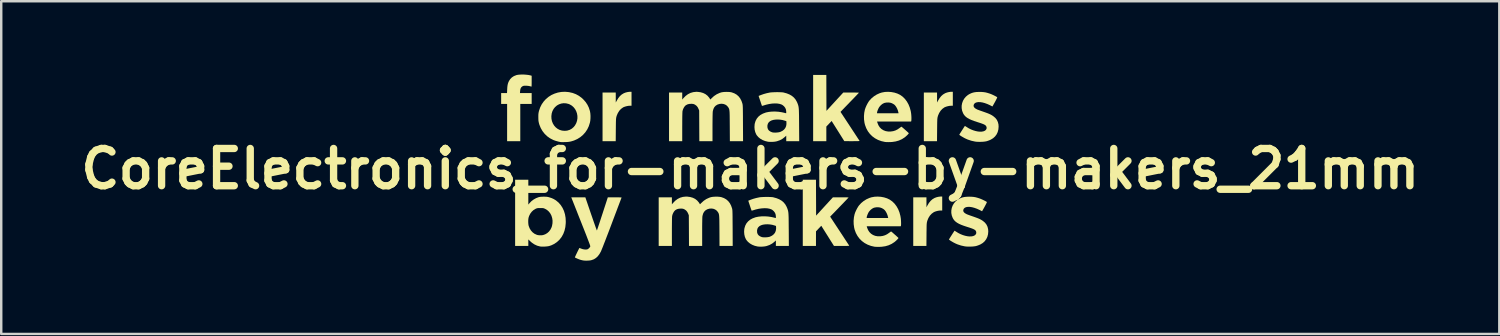
<source format=kicad_pcb>
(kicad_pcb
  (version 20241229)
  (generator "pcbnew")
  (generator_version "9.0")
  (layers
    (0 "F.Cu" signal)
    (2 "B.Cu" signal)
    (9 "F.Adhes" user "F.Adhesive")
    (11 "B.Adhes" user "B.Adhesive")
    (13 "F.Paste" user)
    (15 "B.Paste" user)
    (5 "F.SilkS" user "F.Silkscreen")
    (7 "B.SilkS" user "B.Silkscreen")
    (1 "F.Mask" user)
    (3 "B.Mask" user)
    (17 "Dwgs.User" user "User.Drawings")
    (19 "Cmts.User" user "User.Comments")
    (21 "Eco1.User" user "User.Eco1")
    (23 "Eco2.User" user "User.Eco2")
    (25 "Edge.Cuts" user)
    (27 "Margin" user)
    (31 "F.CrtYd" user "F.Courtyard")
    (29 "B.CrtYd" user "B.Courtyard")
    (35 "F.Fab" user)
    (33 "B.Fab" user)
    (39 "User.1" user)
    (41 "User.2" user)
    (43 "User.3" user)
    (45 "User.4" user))
  (footprint "CoreElectronics_for-makers-by-makers_21mm"
    (layer "F.Cu")
    (at 27.657 3.861)
    (property "Reference" "CoreElectronics_for-makers-by-makers_21mm" (at 0 0 0) (layer "F.SilkS") (effects (font (size 1.524 1.524) (thickness 0.3))))
    (attr through_hole)
    (fp_poly (pts (xy -4.86 -2.583) (xy -4.927 -2.583) (xy -4.99 -2.579) (xy -5.059 -2.566) (xy -5.128 -2.547) (xy -5.187 -2.524) (xy -5.208 -2.513) (xy -5.292 -2.452) (xy -5.363 -2.375) (xy -5.421 -2.282) (xy -5.466 -2.177) (xy -5.476 -2.142) (xy -5.482 -2.121) (xy -5.486 -2.1) (xy -5.49 -2.077) (xy -5.493 -2.05) (xy -5.496 -2.016) (xy -5.497 -1.974) (xy -5.499 -1.92) (xy -5.5 -1.854) (xy -5.501 -1.772) (xy -5.502 -1.673) (xy -5.503 -1.596) (xy -5.507 -1.133) (xy -6.046 -1.133) (xy -6.046 -3.123) (xy -5.506 -3.123) (xy -5.505 -2.92) (xy -5.505 -2.716) (xy -5.465 -2.79) (xy -5.403 -2.893) (xy -5.336 -2.977) (xy -5.262 -3.043) (xy -5.179 -3.093) (xy -5.171 -3.097) (xy -5.1 -3.124) (xy -5.019 -3.144) (xy -4.941 -3.154) (xy -4.915 -3.155) (xy -4.86 -3.155) (xy -4.86 -2.583)) (stroke (width 0) (type solid)) (fill yes) (layer "F.SilkS"))
    (fp_poly (pts (xy 7.856 1.705) (xy 7.789 1.705) (xy 7.726 1.709) (xy 7.656 1.722) (xy 7.588 1.741) (xy 7.529 1.764) (xy 7.508 1.775) (xy 7.424 1.836) (xy 7.353 1.913) (xy 7.294 2.006) (xy 7.25 2.111) (xy 7.24 2.146) (xy 7.234 2.167) (xy 7.23 2.188) (xy 7.226 2.211) (xy 7.223 2.238) (xy 7.22 2.272) (xy 7.218 2.314) (xy 7.217 2.368) (xy 7.216 2.434) (xy 7.215 2.516) (xy 7.213 2.615) (xy 7.213 2.692) (xy 7.209 3.155) (xy 6.67 3.155) (xy 6.67 1.165) (xy 7.21 1.165) (xy 7.211 1.368) (xy 7.211 1.572) (xy 7.25 1.498) (xy 7.312 1.395) (xy 7.38 1.311) (xy 7.454 1.245) (xy 7.537 1.195) (xy 7.545 1.191) (xy 7.616 1.164) (xy 7.696 1.144) (xy 7.775 1.134) (xy 7.801 1.133) (xy 7.856 1.133) (xy 7.856 1.705)) (stroke (width 0) (type solid)) (fill yes) (layer "F.SilkS"))
    (fp_poly (pts (xy 8.29 -2.583) (xy 8.223 -2.583) (xy 8.16 -2.579) (xy 8.091 -2.566) (xy 8.022 -2.547) (xy 7.963 -2.524) (xy 7.942 -2.513) (xy 7.858 -2.452) (xy 7.787 -2.375) (xy 7.729 -2.282) (xy 7.684 -2.177) (xy 7.674 -2.142) (xy 7.668 -2.121) (xy 7.664 -2.1) (xy 7.66 -2.077) (xy 7.657 -2.05) (xy 7.654 -2.016) (xy 7.653 -1.974) (xy 7.651 -1.92) (xy 7.65 -1.854) (xy 7.649 -1.772) (xy 7.648 -1.673) (xy 7.647 -1.596) (xy 7.643 -1.133) (xy 7.104 -1.133) (xy 7.104 -3.123) (xy 7.644 -3.123) (xy 7.645 -2.92) (xy 7.645 -2.716) (xy 7.685 -2.79) (xy 7.747 -2.893) (xy 7.814 -2.977) (xy 7.888 -3.043) (xy 7.971 -3.093) (xy 7.979 -3.097) (xy 8.05 -3.124) (xy 8.131 -3.144) (xy 8.209 -3.154) (xy 8.235 -3.155) (xy 8.29 -3.155) (xy 8.29 -2.583)) (stroke (width 0) (type solid)) (fill yes) (layer "F.SilkS"))
    (fp_poly (pts (xy -9.248 -3.859) (xy -9.159 -3.852) (xy -9.076 -3.842) (xy -9.004 -3.827) (xy -8.981 -3.821) (xy -8.947 -3.81) (xy -8.947 -3.588) (xy -8.947 -3.523) (xy -8.948 -3.464) (xy -8.949 -3.417) (xy -8.951 -3.384) (xy -8.952 -3.368) (xy -8.953 -3.367) (xy -8.966 -3.369) (xy -8.993 -3.376) (xy -9.025 -3.384) (xy -9.067 -3.393) (xy -9.12 -3.399) (xy -9.174 -3.403) (xy -9.185 -3.403) (xy -9.234 -3.403) (xy -9.268 -3.4) (xy -9.294 -3.393) (xy -9.318 -3.382) (xy -9.324 -3.379) (xy -9.365 -3.347) (xy -9.394 -3.305) (xy -9.412 -3.249) (xy -9.42 -3.186) (xy -9.426 -3.102) (xy -8.947 -3.102) (xy -8.947 -2.658) (xy -9.413 -2.658) (xy -9.413 -1.133) (xy -9.952 -1.133) (xy -9.952 -2.658) (xy -10.196 -2.658) (xy -10.196 -3.102) (xy -9.956 -3.102) (xy -9.949 -3.253) (xy -9.944 -3.342) (xy -9.935 -3.416) (xy -9.922 -3.478) (xy -9.903 -3.535) (xy -9.877 -3.592) (xy -9.877 -3.593) (xy -9.824 -3.675) (xy -9.756 -3.743) (xy -9.673 -3.797) (xy -9.574 -3.836) (xy -9.561 -3.84) (xy -9.5 -3.851) (xy -9.424 -3.858) (xy -9.339 -3.861) (xy -9.248 -3.859)) (stroke (width 0) (type solid)) (fill yes) (layer "F.SilkS"))
    (fp_poly (pts (xy 2.692 1.179) (xy 2.695 1.914) (xy 3.038 1.539) (xy 3.382 1.165) (xy 3.703 1.165) (xy 3.783 1.165) (xy 3.855 1.165) (xy 3.918 1.166) (xy 3.969 1.167) (xy 4.004 1.169) (xy 4.022 1.17) (xy 4.023 1.171) (xy 4.016 1.18) (xy 3.996 1.202) (xy 3.964 1.236) (xy 3.921 1.281) (xy 3.87 1.334) (xy 3.812 1.395) (xy 3.748 1.461) (xy 3.709 1.502) (xy 3.64 1.573) (xy 3.572 1.643) (xy 3.51 1.708) (xy 3.453 1.766) (xy 3.404 1.817) (xy 3.366 1.856) (xy 3.339 1.884) (xy 3.332 1.891) (xy 3.269 1.956) (xy 3.655 2.542) (xy 3.721 2.643) (xy 3.784 2.738) (xy 3.842 2.827) (xy 3.895 2.908) (xy 3.942 2.979) (xy 3.982 3.04) (xy 4.013 3.087) (xy 4.035 3.121) (xy 4.047 3.139) (xy 4.049 3.142) (xy 4.047 3.146) (xy 4.035 3.149) (xy 4.012 3.151) (xy 3.975 3.153) (xy 3.923 3.154) (xy 3.854 3.154) (xy 3.766 3.155) (xy 3.741 3.155) (xy 3.425 3.154) (xy 2.906 2.329) (xy 2.798 2.443) (xy 2.69 2.557) (xy 2.689 2.856) (xy 2.689 3.155) (xy 2.149 3.155) (xy 2.149 0.445) (xy 2.689 0.445) (xy 2.692 1.179)) (stroke (width 0) (type solid)) (fill yes) (layer "F.SilkS"))
    (fp_poly (pts (xy 3.115 -3.109) (xy 3.118 -2.374) (xy 3.462 -2.749) (xy 3.806 -3.123) (xy 4.126 -3.123) (xy 4.206 -3.123) (xy 4.279 -3.123) (xy 4.342 -3.122) (xy 4.392 -3.121) (xy 4.427 -3.119) (xy 4.445 -3.118) (xy 4.447 -3.117) (xy 4.44 -3.108) (xy 4.419 -3.086) (xy 4.387 -3.052) (xy 4.345 -3.007) (xy 4.294 -2.954) (xy 4.236 -2.893) (xy 4.172 -2.827) (xy 4.132 -2.786) (xy 4.063 -2.715) (xy 3.996 -2.645) (xy 3.933 -2.58) (xy 3.876 -2.522) (xy 3.828 -2.471) (xy 3.789 -2.432) (xy 3.763 -2.404) (xy 3.756 -2.397) (xy 3.693 -2.332) (xy 4.079 -1.746) (xy 4.145 -1.645) (xy 4.207 -1.55) (xy 4.266 -1.461) (xy 4.319 -1.38) (xy 4.366 -1.309) (xy 4.405 -1.248) (xy 4.437 -1.201) (xy 4.459 -1.167) (xy 4.47 -1.149) (xy 4.472 -1.146) (xy 4.47 -1.142) (xy 4.459 -1.139) (xy 4.435 -1.137) (xy 4.399 -1.135) (xy 4.347 -1.134) (xy 4.277 -1.134) (xy 4.189 -1.133) (xy 4.164 -1.133) (xy 3.849 -1.134) (xy 3.33 -1.959) (xy 3.221 -1.845) (xy 3.113 -1.731) (xy 3.113 -1.432) (xy 3.113 -1.133) (xy 2.573 -1.133) (xy 2.573 -3.843) (xy 3.113 -3.843) (xy 3.115 -3.109)) (stroke (width 0) (type solid)) (fill yes) (layer "F.SilkS"))
    (fp_poly (pts (xy -9.084 1.462) (xy -9.032 1.4) (xy -8.956 1.322) (xy -8.865 1.254) (xy -8.765 1.198) (xy -8.662 1.159) (xy -8.64 1.153) (xy -8.597 1.146) (xy -8.538 1.141) (xy -8.468 1.139) (xy -8.444 1.139) (xy -8.38 1.14) (xy -8.331 1.143) (xy -8.29 1.149) (xy -8.249 1.158) (xy -8.213 1.169) (xy -8.124 1.199) (xy -8.048 1.234) (xy -7.975 1.277) (xy -7.946 1.297) (xy -7.844 1.382) (xy -7.757 1.482) (xy -7.684 1.596) (xy -7.626 1.721) (xy -7.584 1.858) (xy -7.559 2.004) (xy -7.551 2.157) (xy -7.553 2.228) (xy -7.569 2.386) (xy -7.603 2.531) (xy -7.653 2.664) (xy -7.72 2.785) (xy -7.804 2.894) (xy -7.813 2.903) (xy -7.911 2.995) (xy -8.022 3.071) (xy -8.142 3.129) (xy -8.237 3.16) (xy -8.285 3.169) (xy -8.347 3.176) (xy -8.416 3.181) (xy -8.485 3.183) (xy -8.547 3.182) (xy -8.597 3.177) (xy -8.603 3.176) (xy -8.723 3.144) (xy -8.836 3.091) (xy -8.942 3.019) (xy -9.001 2.967) (xy -9.084 2.888) (xy -9.084 3.155) (xy -9.624 3.155) (xy -9.624 2.125) (xy -9.088 2.125) (xy -9.087 2.197) (xy -9.082 2.266) (xy -9.072 2.323) (xy -9.069 2.335) (xy -9.03 2.435) (xy -8.976 2.523) (xy -8.909 2.597) (xy -8.831 2.656) (xy -8.742 2.697) (xy -8.715 2.706) (xy -8.66 2.716) (xy -8.595 2.719) (xy -8.53 2.717) (xy -8.482 2.71) (xy -8.392 2.678) (xy -8.309 2.629) (xy -8.237 2.564) (xy -8.178 2.485) (xy -8.133 2.394) (xy -8.115 2.339) (xy -8.095 2.228) (xy -8.092 2.119) (xy -8.107 2.015) (xy -8.137 1.917) (xy -8.183 1.827) (xy -8.243 1.749) (xy -8.316 1.684) (xy -8.383 1.644) (xy -8.418 1.627) (xy -8.445 1.616) (xy -8.471 1.609) (xy -8.501 1.605) (xy -8.541 1.604) (xy -8.591 1.604) (xy -8.646 1.604) (xy -8.686 1.606) (xy -8.716 1.61) (xy -8.742 1.617) (xy -8.769 1.628) (xy -8.791 1.638) (xy -8.874 1.689) (xy -8.947 1.757) (xy -9.007 1.838) (xy -9.053 1.931) (xy -9.075 2.001) (xy -9.084 2.057) (xy -9.088 2.125) (xy -9.624 2.125) (xy -9.624 0.445) (xy -9.084 0.445) (xy -9.084 1.462)) (stroke (width 0) (type solid)) (fill yes) (layer "F.SilkS"))
    (fp_poly (pts (xy -7.433 -3.142) (xy -7.415 -3.139) (xy -7.269 -3.106) (xy -7.134 -3.055) (xy -7.01 -2.987) (xy -6.894 -2.899) (xy -6.834 -2.843) (xy -6.74 -2.737) (xy -6.665 -2.625) (xy -6.607 -2.505) (xy -6.565 -2.374) (xy -6.558 -2.345) (xy -6.545 -2.264) (xy -6.539 -2.17) (xy -6.54 -2.072) (xy -6.547 -1.978) (xy -6.562 -1.895) (xy -6.563 -1.892) (xy -6.608 -1.748) (xy -6.671 -1.616) (xy -6.751 -1.496) (xy -6.846 -1.39) (xy -6.955 -1.298) (xy -7.078 -1.221) (xy -7.214 -1.16) (xy -7.325 -1.126) (xy -7.38 -1.113) (xy -7.434 -1.105) (xy -7.494 -1.099) (xy -7.567 -1.096) (xy -7.576 -1.096) (xy -7.633 -1.095) (xy -7.686 -1.095) (xy -7.729 -1.095) (xy -7.757 -1.097) (xy -7.761 -1.097) (xy -7.823 -1.108) (xy -7.896 -1.127) (xy -7.972 -1.149) (xy -8.042 -1.174) (xy -8.068 -1.185) (xy -8.196 -1.251) (xy -8.312 -1.334) (xy -8.415 -1.433) (xy -8.503 -1.545) (xy -8.575 -1.669) (xy -8.63 -1.803) (xy -8.647 -1.861) (xy -8.658 -1.908) (xy -8.666 -1.949) (xy -8.671 -1.992) (xy -8.673 -2.042) (xy -8.674 -2.107) (xy -8.674 -2.118) (xy -8.674 -2.157) (xy -8.141 -2.157) (xy -8.137 -2.051) (xy -8.116 -1.95) (xy -8.079 -1.857) (xy -8.028 -1.773) (xy -7.964 -1.7) (xy -7.888 -1.64) (xy -7.803 -1.595) (xy -7.708 -1.567) (xy -7.61 -1.557) (xy -7.563 -1.559) (xy -7.513 -1.563) (xy -7.483 -1.568) (xy -7.388 -1.598) (xy -7.301 -1.647) (xy -7.226 -1.713) (xy -7.174 -1.778) (xy -7.123 -1.87) (xy -7.09 -1.968) (xy -7.074 -2.068) (xy -7.075 -2.168) (xy -7.092 -2.266) (xy -7.124 -2.359) (xy -7.17 -2.446) (xy -7.23 -2.522) (xy -7.303 -2.587) (xy -7.388 -2.637) (xy -7.437 -2.657) (xy -7.539 -2.682) (xy -7.64 -2.687) (xy -7.737 -2.673) (xy -7.829 -2.641) (xy -7.913 -2.594) (xy -7.987 -2.531) (xy -8.048 -2.455) (xy -8.096 -2.366) (xy -8.127 -2.268) (xy -8.141 -2.157) (xy -8.674 -2.157) (xy -8.674 -2.184) (xy -8.672 -2.236) (xy -8.667 -2.279) (xy -8.66 -2.32) (xy -8.649 -2.366) (xy -8.646 -2.377) (xy -8.599 -2.515) (xy -8.536 -2.641) (xy -8.456 -2.756) (xy -8.362 -2.859) (xy -8.255 -2.948) (xy -8.138 -3.022) (xy -8.01 -3.08) (xy -7.874 -3.123) (xy -7.732 -3.148) (xy -7.584 -3.155) (xy -7.433 -3.142)) (stroke (width 0) (type solid)) (fill yes) (layer "F.SilkS"))
    (fp_poly (pts (xy 5.348 1.144) (xy 5.476 1.168) (xy 5.597 1.206) (xy 5.705 1.258) (xy 5.709 1.261) (xy 5.813 1.334) (xy 5.906 1.425) (xy 5.986 1.531) (xy 6.053 1.65) (xy 6.106 1.782) (xy 6.144 1.925) (xy 6.162 2.033) (xy 6.167 2.087) (xy 6.17 2.147) (xy 6.172 2.206) (xy 6.172 2.26) (xy 6.17 2.303) (xy 6.166 2.327) (xy 6.16 2.35) (xy 4.766 2.35) (xy 4.782 2.406) (xy 4.821 2.503) (xy 4.875 2.586) (xy 4.943 2.654) (xy 5.023 2.706) (xy 5.115 2.742) (xy 5.217 2.76) (xy 5.326 2.759) (xy 5.425 2.745) (xy 5.515 2.717) (xy 5.601 2.675) (xy 5.688 2.615) (xy 5.697 2.608) (xy 5.727 2.586) (xy 5.751 2.569) (xy 5.764 2.562) (xy 5.764 2.562) (xy 5.774 2.569) (xy 5.797 2.587) (xy 5.829 2.614) (xy 5.867 2.648) (xy 5.909 2.685) (xy 5.952 2.722) (xy 5.991 2.758) (xy 6.025 2.789) (xy 6.05 2.813) (xy 6.064 2.827) (xy 6.065 2.828) (xy 6.06 2.841) (xy 6.042 2.864) (xy 6.014 2.894) (xy 5.98 2.928) (xy 5.942 2.962) (xy 5.904 2.994) (xy 5.897 2.999) (xy 5.784 3.072) (xy 5.661 3.128) (xy 5.527 3.167) (xy 5.38 3.188) (xy 5.299 3.192) (xy 5.239 3.193) (xy 5.18 3.192) (xy 5.129 3.19) (xy 5.092 3.187) (xy 5.088 3.187) (xy 4.941 3.154) (xy 4.805 3.103) (xy 4.68 3.036) (xy 4.569 2.954) (xy 4.471 2.857) (xy 4.389 2.747) (xy 4.322 2.624) (xy 4.272 2.489) (xy 4.252 2.406) (xy 4.233 2.269) (xy 4.229 2.126) (xy 4.24 2.012) (xy 4.764 2.012) (xy 5.645 2.012) (xy 5.638 1.977) (xy 5.616 1.895) (xy 5.584 1.817) (xy 5.546 1.747) (xy 5.502 1.689) (xy 5.468 1.658) (xy 5.438 1.637) (xy 5.398 1.615) (xy 5.37 1.601) (xy 5.308 1.581) (xy 5.235 1.572) (xy 5.159 1.573) (xy 5.086 1.585) (xy 5.048 1.597) (xy 4.985 1.631) (xy 4.923 1.68) (xy 4.869 1.74) (xy 4.849 1.768) (xy 4.828 1.806) (xy 4.806 1.853) (xy 4.787 1.902) (xy 4.772 1.947) (xy 4.765 1.981) (xy 4.765 1.988) (xy 4.764 2.012) (xy 4.24 2.012) (xy 4.242 1.985) (xy 4.268 1.862) (xy 4.293 1.786) (xy 4.33 1.702) (xy 4.373 1.618) (xy 4.419 1.541) (xy 4.452 1.495) (xy 4.538 1.401) (xy 4.64 1.317) (xy 4.753 1.246) (xy 4.873 1.192) (xy 4.96 1.164) (xy 5.086 1.141) (xy 5.216 1.135) (xy 5.348 1.144)) (stroke (width 0) (type solid)) (fill yes) (layer "F.SilkS"))
    (fp_poly (pts (xy 5.771 -3.144) (xy 5.9 -3.12) (xy 6.02 -3.082) (xy 6.129 -3.03) (xy 6.133 -3.027) (xy 6.237 -2.954) (xy 6.329 -2.863) (xy 6.409 -2.757) (xy 6.476 -2.638) (xy 6.529 -2.506) (xy 6.568 -2.363) (xy 6.585 -2.255) (xy 6.59 -2.201) (xy 6.594 -2.141) (xy 6.596 -2.082) (xy 6.595 -2.028) (xy 6.593 -1.985) (xy 6.589 -1.961) (xy 6.583 -1.938) (xy 5.189 -1.938) (xy 5.206 -1.882) (xy 5.245 -1.785) (xy 5.298 -1.702) (xy 5.366 -1.634) (xy 5.447 -1.582) (xy 5.538 -1.546) (xy 5.641 -1.528) (xy 5.75 -1.529) (xy 5.849 -1.543) (xy 5.939 -1.571) (xy 6.024 -1.613) (xy 6.112 -1.673) (xy 6.12 -1.68) (xy 6.151 -1.702) (xy 6.175 -1.719) (xy 6.187 -1.726) (xy 6.188 -1.726) (xy 6.198 -1.719) (xy 6.22 -1.701) (xy 6.252 -1.674) (xy 6.291 -1.64) (xy 6.333 -1.603) (xy 6.375 -1.566) (xy 6.415 -1.53) (xy 6.449 -1.499) (xy 6.474 -1.475) (xy 6.487 -1.462) (xy 6.488 -1.46) (xy 6.483 -1.447) (xy 6.465 -1.424) (xy 6.438 -1.394) (xy 6.403 -1.36) (xy 6.365 -1.326) (xy 6.328 -1.294) (xy 6.321 -1.289) (xy 6.208 -1.216) (xy 6.084 -1.16) (xy 5.95 -1.122) (xy 5.804 -1.1) (xy 5.723 -1.096) (xy 5.662 -1.095) (xy 5.604 -1.096) (xy 5.552 -1.098) (xy 5.516 -1.101) (xy 5.512 -1.102) (xy 5.365 -1.135) (xy 5.228 -1.185) (xy 5.104 -1.252) (xy 4.992 -1.334) (xy 4.895 -1.431) (xy 4.812 -1.541) (xy 4.746 -1.664) (xy 4.696 -1.799) (xy 4.675 -1.883) (xy 4.656 -2.019) (xy 4.653 -2.162) (xy 4.663 -2.276) (xy 5.188 -2.276) (xy 6.068 -2.276) (xy 6.062 -2.311) (xy 6.04 -2.393) (xy 6.008 -2.471) (xy 5.969 -2.541) (xy 5.926 -2.599) (xy 5.892 -2.631) (xy 5.861 -2.651) (xy 5.821 -2.673) (xy 5.794 -2.687) (xy 5.732 -2.707) (xy 5.659 -2.716) (xy 5.582 -2.715) (xy 5.51 -2.703) (xy 5.472 -2.691) (xy 5.408 -2.657) (xy 5.347 -2.608) (xy 5.293 -2.548) (xy 5.273 -2.52) (xy 5.251 -2.482) (xy 5.23 -2.435) (xy 5.21 -2.386) (xy 5.196 -2.341) (xy 5.189 -2.307) (xy 5.188 -2.3) (xy 5.188 -2.276) (xy 4.663 -2.276) (xy 4.666 -2.303) (xy 4.691 -2.426) (xy 4.717 -2.502) (xy 4.753 -2.586) (xy 4.796 -2.67) (xy 4.842 -2.747) (xy 4.875 -2.793) (xy 4.962 -2.887) (xy 5.064 -2.971) (xy 5.177 -3.042) (xy 5.296 -3.096) (xy 5.384 -3.124) (xy 5.509 -3.147) (xy 5.64 -3.153) (xy 5.771 -3.144)) (stroke (width 0) (type solid)) (fill yes) (layer "F.SilkS"))
    (fp_poly (pts (xy -2.578 1.136) (xy -2.46 1.152) (xy -2.352 1.183) (xy -2.257 1.23) (xy -2.176 1.293) (xy -2.109 1.37) (xy -2.094 1.392) (xy -2.076 1.421) (xy -2.063 1.442) (xy -2.058 1.449) (xy -2.051 1.443) (xy -2.033 1.426) (xy -2.008 1.4) (xy -2.005 1.398) (xy -1.908 1.309) (xy -1.799 1.236) (xy -1.679 1.181) (xy -1.609 1.158) (xy -1.554 1.148) (xy -1.485 1.141) (xy -1.408 1.138) (xy -1.33 1.139) (xy -1.259 1.145) (xy -1.199 1.154) (xy -1.186 1.157) (xy -1.077 1.196) (xy -0.983 1.25) (xy -0.903 1.32) (xy -0.836 1.406) (xy -0.784 1.507) (xy -0.749 1.608) (xy -0.744 1.624) (xy -0.74 1.64) (xy -0.737 1.658) (xy -0.734 1.679) (xy -0.732 1.705) (xy -0.73 1.738) (xy -0.729 1.778) (xy -0.727 1.829) (xy -0.726 1.89) (xy -0.725 1.965) (xy -0.725 2.055) (xy -0.724 2.161) (xy -0.723 2.284) (xy -0.722 2.422) (xy -0.719 3.155) (xy -1.259 3.155) (xy -1.262 2.533) (xy -1.263 2.397) (xy -1.264 2.28) (xy -1.265 2.181) (xy -1.266 2.098) (xy -1.268 2.03) (xy -1.271 1.973) (xy -1.274 1.927) (xy -1.278 1.89) (xy -1.284 1.86) (xy -1.29 1.836) (xy -1.299 1.815) (xy -1.308 1.796) (xy -1.32 1.777) (xy -1.333 1.757) (xy -1.334 1.756) (xy -1.383 1.701) (xy -1.444 1.66) (xy -1.515 1.633) (xy -1.593 1.623) (xy -1.673 1.629) (xy -1.752 1.652) (xy -1.775 1.663) (xy -1.842 1.705) (xy -1.893 1.762) (xy -1.931 1.834) (xy -1.955 1.922) (xy -1.958 1.938) (xy -1.961 1.964) (xy -1.963 2.011) (xy -1.965 2.076) (xy -1.966 2.158) (xy -1.968 2.255) (xy -1.969 2.367) (xy -1.969 2.491) (xy -1.969 2.581) (xy -1.969 3.155) (xy -2.508 3.155) (xy -2.511 2.528) (xy -2.515 1.901) (xy -2.539 1.839) (xy -2.577 1.764) (xy -2.623 1.707) (xy -2.68 1.665) (xy -2.693 1.658) (xy -2.728 1.641) (xy -2.76 1.632) (xy -2.797 1.627) (xy -2.841 1.626) (xy -2.926 1.632) (xy -2.997 1.65) (xy -3.057 1.683) (xy -3.079 1.7) (xy -3.117 1.742) (xy -3.151 1.798) (xy -3.18 1.862) (xy -3.197 1.926) (xy -3.197 1.926) (xy -3.2 1.949) (xy -3.202 1.991) (xy -3.204 2.052) (xy -3.205 2.128) (xy -3.206 2.22) (xy -3.207 2.324) (xy -3.208 2.44) (xy -3.208 2.565) (xy -3.208 3.155) (xy -3.748 3.155) (xy -3.748 1.165) (xy -3.208 1.165) (xy -3.208 1.452) (xy -3.16 1.396) (xy -3.071 1.304) (xy -2.974 1.232) (xy -2.87 1.18) (xy -2.758 1.148) (xy -2.639 1.135) (xy -2.578 1.136)) (stroke (width 0) (type solid)) (fill yes) (layer "F.SilkS"))
    (fp_poly (pts (xy -2.155 -3.152) (xy -2.036 -3.136) (xy -1.929 -3.105) (xy -1.834 -3.058) (xy -1.752 -2.995) (xy -1.685 -2.918) (xy -1.67 -2.896) (xy -1.652 -2.867) (xy -1.639 -2.846) (xy -1.635 -2.839) (xy -1.627 -2.845) (xy -1.609 -2.862) (xy -1.584 -2.888) (xy -1.582 -2.89) (xy -1.485 -2.979) (xy -1.375 -3.052) (xy -1.256 -3.107) (xy -1.186 -3.13) (xy -1.131 -3.14) (xy -1.061 -3.147) (xy -0.985 -3.15) (xy -0.907 -3.149) (xy -0.835 -3.144) (xy -0.776 -3.134) (xy -0.762 -3.131) (xy -0.654 -3.092) (xy -0.559 -3.038) (xy -0.479 -2.968) (xy -0.413 -2.883) (xy -0.36 -2.781) (xy -0.325 -2.68) (xy -0.321 -2.664) (xy -0.317 -2.648) (xy -0.314 -2.63) (xy -0.311 -2.609) (xy -0.309 -2.583) (xy -0.307 -2.55) (xy -0.305 -2.51) (xy -0.304 -2.459) (xy -0.303 -2.398) (xy -0.302 -2.323) (xy -0.301 -2.233) (xy -0.3 -2.127) (xy -0.3 -2.004) (xy -0.299 -1.866) (xy -0.295 -1.133) (xy -0.835 -1.133) (xy -0.839 -1.755) (xy -0.84 -1.891) (xy -0.841 -2.008) (xy -0.842 -2.107) (xy -0.843 -2.19) (xy -0.845 -2.259) (xy -0.847 -2.315) (xy -0.851 -2.361) (xy -0.855 -2.398) (xy -0.86 -2.428) (xy -0.867 -2.452) (xy -0.875 -2.473) (xy -0.885 -2.492) (xy -0.896 -2.511) (xy -0.91 -2.531) (xy -0.91 -2.532) (xy -0.959 -2.587) (xy -1.021 -2.629) (xy -1.092 -2.655) (xy -1.169 -2.665) (xy -1.249 -2.659) (xy -1.328 -2.636) (xy -1.352 -2.625) (xy -1.418 -2.583) (xy -1.47 -2.526) (xy -1.507 -2.454) (xy -1.532 -2.366) (xy -1.534 -2.35) (xy -1.537 -2.324) (xy -1.539 -2.277) (xy -1.541 -2.212) (xy -1.543 -2.13) (xy -1.544 -2.033) (xy -1.545 -1.921) (xy -1.546 -1.797) (xy -1.546 -1.707) (xy -1.546 -1.133) (xy -2.085 -1.133) (xy -2.088 -1.76) (xy -2.091 -2.388) (xy -2.116 -2.449) (xy -2.153 -2.524) (xy -2.2 -2.581) (xy -2.257 -2.623) (xy -2.269 -2.63) (xy -2.305 -2.647) (xy -2.336 -2.656) (xy -2.373 -2.661) (xy -2.417 -2.662) (xy -2.502 -2.657) (xy -2.573 -2.638) (xy -2.634 -2.605) (xy -2.656 -2.588) (xy -2.693 -2.546) (xy -2.728 -2.49) (xy -2.756 -2.426) (xy -2.774 -2.362) (xy -2.774 -2.362) (xy -2.776 -2.339) (xy -2.778 -2.297) (xy -2.78 -2.236) (xy -2.782 -2.16) (xy -2.783 -2.068) (xy -2.784 -1.964) (xy -2.784 -1.848) (xy -2.785 -1.723) (xy -2.785 -1.133) (xy -3.325 -1.133) (xy -3.325 -3.123) (xy -2.785 -3.123) (xy -2.785 -2.836) (xy -2.737 -2.892) (xy -2.647 -2.984) (xy -2.55 -3.056) (xy -2.446 -3.108) (xy -2.334 -3.14) (xy -2.215 -3.153) (xy -2.155 -3.152)) (stroke (width 0) (type solid)) (fill yes) (layer "F.SilkS"))
    (fp_poly (pts (xy -5.47 1.165) (xy -5.403 1.166) (xy -5.347 1.167) (xy -5.303 1.169) (xy -5.275 1.171) (xy -5.266 1.173) (xy -5.266 1.173) (xy -5.271 1.184) (xy -5.282 1.213) (xy -5.3 1.26) (xy -5.323 1.322) (xy -5.353 1.4) (xy -5.387 1.49) (xy -5.426 1.592) (xy -5.468 1.705) (xy -5.515 1.828) (xy -5.564 1.958) (xy -5.616 2.095) (xy -5.664 2.224) (xy -5.719 2.369) (xy -5.772 2.51) (xy -5.824 2.646) (xy -5.874 2.775) (xy -5.92 2.896) (xy -5.964 3.008) (xy -6.003 3.108) (xy -6.037 3.196) (xy -6.067 3.269) (xy -6.09 3.326) (xy -6.107 3.367) (xy -6.115 3.385) (xy -6.176 3.492) (xy -6.242 3.579) (xy -6.316 3.647) (xy -6.398 3.699) (xy -6.49 3.733) (xy -6.527 3.743) (xy -6.587 3.751) (xy -6.659 3.756) (xy -6.734 3.757) (xy -6.804 3.753) (xy -6.841 3.748) (xy -6.881 3.74) (xy -6.927 3.729) (xy -6.953 3.722) (xy -6.987 3.71) (xy -7.029 3.694) (xy -7.072 3.677) (xy -7.113 3.658) (xy -7.148 3.642) (xy -7.171 3.629) (xy -7.178 3.622) (xy -7.173 3.608) (xy -7.161 3.58) (xy -7.143 3.54) (xy -7.121 3.493) (xy -7.096 3.441) (xy -7.071 3.389) (xy -7.046 3.34) (xy -7.024 3.296) (xy -7.007 3.262) (xy -6.995 3.242) (xy -6.991 3.237) (xy -6.978 3.242) (xy -6.95 3.253) (xy -6.915 3.267) (xy -6.914 3.267) (xy -6.853 3.287) (xy -6.788 3.299) (xy -6.726 3.302) (xy -6.675 3.296) (xy -6.667 3.294) (xy -6.634 3.276) (xy -6.6 3.247) (xy -6.569 3.212) (xy -6.55 3.18) (xy -6.548 3.172) (xy -6.549 3.162) (xy -6.555 3.14) (xy -6.566 3.105) (xy -6.583 3.058) (xy -6.606 2.996) (xy -6.635 2.92) (xy -6.67 2.828) (xy -6.711 2.721) (xy -6.76 2.596) (xy -6.816 2.454) (xy -6.88 2.293) (xy -6.914 2.206) (xy -6.968 2.07) (xy -7.02 1.94) (xy -7.069 1.815) (xy -7.115 1.698) (xy -7.158 1.591) (xy -7.196 1.494) (xy -7.23 1.409) (xy -7.258 1.337) (xy -7.281 1.281) (xy -7.297 1.24) (xy -7.305 1.218) (xy -7.307 1.215) (xy -7.326 1.165) (xy -7.038 1.165) (xy -6.75 1.165) (xy -6.517 1.847) (xy -6.477 1.962) (xy -6.44 2.07) (xy -6.405 2.171) (xy -6.373 2.262) (xy -6.345 2.342) (xy -6.321 2.409) (xy -6.301 2.462) (xy -6.287 2.5) (xy -6.279 2.519) (xy -6.277 2.522) (xy -6.273 2.511) (xy -6.262 2.481) (xy -6.247 2.435) (xy -6.226 2.374) (xy -6.201 2.299) (xy -6.172 2.212) (xy -6.14 2.115) (xy -6.106 2.01) (xy -6.069 1.898) (xy -6.05 1.84) (xy -5.83 1.165) (xy -5.545 1.165) (xy -5.47 1.165)) (stroke (width 0) (type solid)) (fill yes) (layer "F.SilkS"))
    (fp_poly (pts (xy 0.72 1.149) (xy 0.793 1.151) (xy 0.858 1.154) (xy 0.909 1.158) (xy 0.937 1.163) (xy 1.069 1.199) (xy 1.184 1.245) (xy 1.282 1.302) (xy 1.364 1.371) (xy 1.432 1.453) (xy 1.486 1.549) (xy 1.506 1.597) (xy 1.519 1.629) (xy 1.529 1.659) (xy 1.538 1.687) (xy 1.546 1.716) (xy 1.552 1.748) (xy 1.558 1.785) (xy 1.562 1.827) (xy 1.565 1.878) (xy 1.568 1.939) (xy 1.57 2.011) (xy 1.571 2.097) (xy 1.572 2.198) (xy 1.573 2.317) (xy 1.574 2.454) (xy 1.575 2.491) (xy 1.579 3.155) (xy 1.048 3.155) (xy 1.048 2.93) (xy 0.996 2.978) (xy 0.898 3.056) (xy 0.789 3.116) (xy 0.668 3.158) (xy 0.604 3.172) (xy 0.536 3.18) (xy 0.46 3.185) (xy 0.383 3.184) (xy 0.315 3.179) (xy 0.295 3.176) (xy 0.183 3.149) (xy 0.08 3.108) (xy -0.013 3.054) (xy -0.093 2.989) (xy -0.157 2.914) (xy -0.183 2.872) (xy -0.221 2.782) (xy -0.244 2.682) (xy -0.252 2.576) (xy -0.25 2.536) (xy 0.277 2.536) (xy 0.281 2.608) (xy 0.302 2.669) (xy 0.34 2.719) (xy 0.397 2.76) (xy 0.471 2.792) (xy 0.513 2.8) (xy 0.568 2.803) (xy 0.631 2.803) (xy 0.696 2.798) (xy 0.754 2.789) (xy 0.801 2.777) (xy 0.806 2.775) (xy 0.892 2.733) (xy 0.96 2.679) (xy 1.011 2.615) (xy 1.043 2.539) (xy 1.057 2.453) (xy 1.057 2.404) (xy 1.053 2.337) (xy 0.995 2.317) (xy 0.899 2.29) (xy 0.799 2.274) (xy 0.7 2.268) (xy 0.604 2.272) (xy 0.517 2.285) (xy 0.441 2.309) (xy 0.379 2.342) (xy 0.374 2.346) (xy 0.325 2.392) (xy 0.294 2.446) (xy 0.279 2.511) (xy 0.277 2.536) (xy -0.25 2.536) (xy -0.245 2.469) (xy -0.238 2.43) (xy -0.206 2.325) (xy -0.157 2.232) (xy -0.09 2.151) (xy -0.007 2.082) (xy 0.093 2.027) (xy 0.21 1.984) (xy 0.222 1.98) (xy 0.336 1.957) (xy 0.462 1.944) (xy 0.596 1.942) (xy 0.733 1.951) (xy 0.866 1.971) (xy 0.93 1.985) (xy 0.975 1.996) (xy 1.012 2.005) (xy 1.036 2.01) (xy 1.044 2.012) (xy 1.048 2.002) (xy 1.049 1.978) (xy 1.047 1.943) (xy 1.043 1.905) (xy 1.037 1.869) (xy 1.03 1.842) (xy 1.002 1.784) (xy 0.958 1.728) (xy 0.905 1.682) (xy 0.864 1.658) (xy 0.785 1.631) (xy 0.691 1.614) (xy 0.585 1.61) (xy 0.47 1.617) (xy 0.348 1.634) (xy 0.223 1.663) (xy 0.154 1.684) (xy 0.113 1.697) (xy 0.079 1.706) (xy 0.059 1.71) (xy 0.055 1.71) (xy 0.051 1.699) (xy 0.041 1.671) (xy 0.026 1.63) (xy 0.008 1.577) (xy -0.012 1.517) (xy -0.016 1.505) (xy -0.082 1.304) (xy 0.012 1.266) (xy 0.122 1.227) (xy 0.243 1.193) (xy 0.366 1.167) (xy 0.386 1.163) (xy 0.434 1.158) (xy 0.495 1.154) (xy 0.567 1.151) (xy 0.643 1.149) (xy 0.72 1.149)) (stroke (width 0) (type solid)) (fill yes) (layer "F.SilkS"))
    (fp_poly (pts (xy 1.144 -3.139) (xy 1.217 -3.137) (xy 1.281 -3.134) (xy 1.333 -3.13) (xy 1.361 -3.125) (xy 1.493 -3.089) (xy 1.607 -3.043) (xy 1.705 -2.986) (xy 1.787 -2.917) (xy 1.855 -2.835) (xy 1.909 -2.739) (xy 1.93 -2.691) (xy 1.942 -2.659) (xy 1.953 -2.629) (xy 1.962 -2.601) (xy 1.969 -2.572) (xy 1.976 -2.54) (xy 1.981 -2.503) (xy 1.985 -2.461) (xy 1.989 -2.41) (xy 1.991 -2.349) (xy 1.993 -2.277) (xy 1.995 -2.191) (xy 1.996 -2.09) (xy 1.997 -1.971) (xy 1.998 -1.834) (xy 1.998 -1.797) (xy 2.003 -1.133) (xy 1.472 -1.133) (xy 1.472 -1.358) (xy 1.42 -1.31) (xy 1.322 -1.232) (xy 1.212 -1.172) (xy 1.091 -1.13) (xy 1.027 -1.116) (xy 0.96 -1.108) (xy 0.884 -1.104) (xy 0.807 -1.104) (xy 0.738 -1.109) (xy 0.718 -1.112) (xy 0.607 -1.139) (xy 0.503 -1.18) (xy 0.41 -1.234) (xy 0.331 -1.299) (xy 0.267 -1.374) (xy 0.241 -1.416) (xy 0.203 -1.506) (xy 0.179 -1.606) (xy 0.171 -1.712) (xy 0.174 -1.752) (xy 0.7 -1.752) (xy 0.705 -1.68) (xy 0.726 -1.619) (xy 0.764 -1.569) (xy 0.821 -1.528) (xy 0.895 -1.496) (xy 0.936 -1.488) (xy 0.992 -1.485) (xy 1.055 -1.485) (xy 1.119 -1.49) (xy 1.178 -1.499) (xy 1.225 -1.511) (xy 1.229 -1.513) (xy 1.315 -1.555) (xy 1.384 -1.609) (xy 1.434 -1.673) (xy 1.467 -1.749) (xy 1.481 -1.835) (xy 1.48 -1.884) (xy 1.477 -1.952) (xy 1.419 -1.971) (xy 1.322 -1.998) (xy 1.223 -2.014) (xy 1.123 -2.02) (xy 1.028 -2.016) (xy 0.94 -2.003) (xy 0.864 -1.979) (xy 0.803 -1.946) (xy 0.798 -1.942) (xy 0.749 -1.896) (xy 0.718 -1.842) (xy 0.702 -1.777) (xy 0.7 -1.752) (xy 0.174 -1.752) (xy 0.178 -1.819) (xy 0.185 -1.858) (xy 0.217 -1.963) (xy 0.267 -2.056) (xy 0.333 -2.137) (xy 0.417 -2.206) (xy 0.517 -2.261) (xy 0.633 -2.304) (xy 0.646 -2.308) (xy 0.759 -2.331) (xy 0.886 -2.344) (xy 1.02 -2.346) (xy 1.156 -2.337) (xy 1.289 -2.317) (xy 1.353 -2.303) (xy 1.398 -2.292) (xy 1.435 -2.283) (xy 1.46 -2.278) (xy 1.467 -2.276) (xy 1.471 -2.286) (xy 1.472 -2.311) (xy 1.471 -2.345) (xy 1.467 -2.383) (xy 1.461 -2.419) (xy 1.454 -2.446) (xy 1.426 -2.504) (xy 1.382 -2.56) (xy 1.328 -2.606) (xy 1.288 -2.63) (xy 1.209 -2.657) (xy 1.115 -2.674) (xy 1.009 -2.678) (xy 0.894 -2.672) (xy 0.772 -2.654) (xy 0.646 -2.625) (xy 0.577 -2.604) (xy 0.536 -2.591) (xy 0.503 -2.582) (xy 0.483 -2.578) (xy 0.478 -2.578) (xy 0.474 -2.589) (xy 0.464 -2.617) (xy 0.45 -2.658) (xy 0.432 -2.711) (xy 0.412 -2.772) (xy 0.408 -2.783) (xy 0.341 -2.985) (xy 0.436 -3.022) (xy 0.546 -3.061) (xy 0.667 -3.095) (xy 0.789 -3.121) (xy 0.81 -3.125) (xy 0.857 -3.13) (xy 0.919 -3.134) (xy 0.99 -3.137) (xy 1.067 -3.139) (xy 1.144 -3.139)) (stroke (width 0) (type solid)) (fill yes) (layer "F.SilkS"))
    (fp_poly (pts (xy 9.049 1.141) (xy 9.133 1.148) (xy 9.211 1.16) (xy 9.292 1.181) (xy 9.374 1.207) (xy 9.417 1.223) (xy 9.467 1.244) (xy 9.519 1.267) (xy 9.57 1.292) (xy 9.616 1.316) (xy 9.653 1.336) (xy 9.677 1.352) (xy 9.684 1.36) (xy 9.68 1.373) (xy 9.668 1.402) (xy 9.647 1.445) (xy 9.619 1.498) (xy 9.587 1.559) (xy 9.55 1.625) (xy 9.512 1.691) (xy 9.487 1.735) (xy 9.384 1.682) (xy 9.279 1.634) (xy 9.177 1.597) (xy 9.081 1.571) (xy 8.993 1.557) (xy 8.913 1.555) (xy 8.845 1.565) (xy 8.789 1.586) (xy 8.748 1.62) (xy 8.73 1.648) (xy 8.716 1.696) (xy 8.722 1.74) (xy 8.748 1.782) (xy 8.795 1.82) (xy 8.862 1.857) (xy 8.878 1.864) (xy 8.905 1.874) (xy 8.947 1.89) (xy 9.002 1.91) (xy 9.063 1.931) (xy 9.129 1.954) (xy 9.13 1.954) (xy 9.222 1.987) (xy 9.298 2.015) (xy 9.361 2.041) (xy 9.414 2.066) (xy 9.461 2.092) (xy 9.506 2.121) (xy 9.526 2.135) (xy 9.606 2.203) (xy 9.667 2.281) (xy 9.71 2.37) (xy 9.734 2.468) (xy 9.741 2.56) (xy 9.731 2.676) (xy 9.703 2.783) (xy 9.657 2.878) (xy 9.595 2.962) (xy 9.516 3.034) (xy 9.422 3.091) (xy 9.411 3.096) (xy 9.358 3.119) (xy 9.301 3.14) (xy 9.25 3.156) (xy 9.233 3.161) (xy 9.169 3.171) (xy 9.092 3.179) (xy 9.007 3.182) (xy 8.921 3.182) (xy 8.842 3.179) (xy 8.777 3.171) (xy 8.627 3.138) (xy 8.481 3.09) (xy 8.396 3.053) (xy 8.35 3.03) (xy 8.301 3.004) (xy 8.252 2.975) (xy 8.207 2.948) (xy 8.17 2.923) (xy 8.143 2.903) (xy 8.132 2.891) (xy 8.131 2.89) (xy 8.137 2.88) (xy 8.152 2.855) (xy 8.174 2.819) (xy 8.201 2.776) (xy 8.232 2.728) (xy 8.263 2.679) (xy 8.293 2.632) (xy 8.321 2.59) (xy 8.342 2.557) (xy 8.356 2.537) (xy 8.36 2.532) (xy 8.369 2.536) (xy 8.391 2.549) (xy 8.422 2.569) (xy 8.424 2.57) (xy 8.516 2.627) (xy 8.61 2.674) (xy 8.704 2.711) (xy 8.797 2.739) (xy 8.887 2.758) (xy 8.971 2.766) (xy 9.048 2.765) (xy 9.115 2.753) (xy 9.171 2.731) (xy 9.214 2.699) (xy 9.242 2.656) (xy 9.249 2.63) (xy 9.248 2.581) (xy 9.229 2.535) (xy 9.208 2.511) (xy 9.184 2.493) (xy 9.151 2.474) (xy 9.107 2.454) (xy 9.05 2.432) (xy 8.977 2.407) (xy 8.886 2.378) (xy 8.867 2.372) (xy 8.74 2.33) (xy 8.631 2.289) (xy 8.54 2.248) (xy 8.465 2.205) (xy 8.403 2.16) (xy 8.352 2.11) (xy 8.312 2.056) (xy 8.285 2.008) (xy 8.247 1.908) (xy 8.228 1.804) (xy 8.229 1.7) (xy 8.247 1.599) (xy 8.283 1.502) (xy 8.335 1.413) (xy 8.402 1.333) (xy 8.484 1.264) (xy 8.554 1.224) (xy 8.623 1.191) (xy 8.689 1.168) (xy 8.758 1.153) (xy 8.834 1.144) (xy 8.923 1.14) (xy 8.952 1.139) (xy 9.049 1.141)) (stroke (width 0) (type solid)) (fill yes) (layer "F.SilkS"))
    (fp_poly (pts (xy 9.472 -3.147) (xy 9.556 -3.14) (xy 9.635 -3.128) (xy 9.715 -3.107) (xy 9.798 -3.081) (xy 9.841 -3.065) (xy 9.89 -3.045) (xy 9.943 -3.021) (xy 9.993 -2.996) (xy 10.039 -2.972) (xy 10.076 -2.952) (xy 10.1 -2.936) (xy 10.107 -2.928) (xy 10.104 -2.915) (xy 10.091 -2.886) (xy 10.07 -2.843) (xy 10.043 -2.79) (xy 10.01 -2.729) (xy 9.973 -2.663) (xy 9.936 -2.597) (xy 9.91 -2.553) (xy 9.808 -2.606) (xy 9.702 -2.654) (xy 9.601 -2.691) (xy 9.505 -2.717) (xy 9.416 -2.731) (xy 9.337 -2.733) (xy 9.269 -2.723) (xy 9.213 -2.702) (xy 9.171 -2.668) (xy 9.153 -2.64) (xy 9.139 -2.592) (xy 9.145 -2.548) (xy 9.172 -2.506) (xy 9.218 -2.468) (xy 9.286 -2.431) (xy 9.301 -2.424) (xy 9.328 -2.414) (xy 9.371 -2.398) (xy 9.425 -2.378) (xy 9.487 -2.357) (xy 9.552 -2.334) (xy 9.553 -2.334) (xy 9.646 -2.301) (xy 9.722 -2.273) (xy 9.784 -2.247) (xy 9.837 -2.222) (xy 9.885 -2.196) (xy 9.929 -2.167) (xy 9.949 -2.153) (xy 10.029 -2.085) (xy 10.091 -2.007) (xy 10.133 -1.918) (xy 10.158 -1.82) (xy 10.164 -1.728) (xy 10.154 -1.612) (xy 10.126 -1.505) (xy 10.081 -1.41) (xy 10.018 -1.326) (xy 9.94 -1.255) (xy 9.845 -1.197) (xy 9.834 -1.192) (xy 9.782 -1.169) (xy 9.725 -1.148) (xy 9.674 -1.132) (xy 9.656 -1.127) (xy 9.593 -1.117) (xy 9.515 -1.109) (xy 9.43 -1.106) (xy 9.345 -1.106) (xy 9.265 -1.109) (xy 9.201 -1.117) (xy 9.051 -1.15) (xy 8.904 -1.198) (xy 8.82 -1.235) (xy 8.773 -1.258) (xy 8.724 -1.285) (xy 8.675 -1.313) (xy 8.63 -1.34) (xy 8.593 -1.365) (xy 8.567 -1.385) (xy 8.555 -1.397) (xy 8.555 -1.398) (xy 8.56 -1.408) (xy 8.575 -1.433) (xy 8.597 -1.469) (xy 8.625 -1.512) (xy 8.655 -1.56) (xy 8.687 -1.609) (xy 8.717 -1.656) (xy 8.744 -1.698) (xy 8.766 -1.731) (xy 8.78 -1.751) (xy 8.783 -1.756) (xy 8.793 -1.752) (xy 8.815 -1.739) (xy 8.845 -1.719) (xy 8.848 -1.718) (xy 8.939 -1.661) (xy 9.033 -1.614) (xy 9.128 -1.577) (xy 9.221 -1.549) (xy 9.31 -1.53) (xy 9.395 -1.522) (xy 9.471 -1.523) (xy 9.539 -1.535) (xy 9.595 -1.557) (xy 9.638 -1.589) (xy 9.665 -1.632) (xy 9.673 -1.658) (xy 9.672 -1.707) (xy 9.652 -1.753) (xy 9.631 -1.777) (xy 9.608 -1.795) (xy 9.575 -1.814) (xy 9.531 -1.834) (xy 9.473 -1.856) (xy 9.4 -1.881) (xy 9.309 -1.91) (xy 9.291 -1.916) (xy 9.163 -1.958) (xy 9.055 -1.999) (xy 8.964 -2.04) (xy 8.888 -2.083) (xy 8.826 -2.128) (xy 8.776 -2.178) (xy 8.735 -2.232) (xy 8.709 -2.28) (xy 8.67 -2.381) (xy 8.652 -2.484) (xy 8.652 -2.588) (xy 8.671 -2.689) (xy 8.706 -2.786) (xy 8.758 -2.875) (xy 8.826 -2.955) (xy 8.908 -3.024) (xy 8.977 -3.065) (xy 9.047 -3.097) (xy 9.113 -3.12) (xy 9.181 -3.135) (xy 9.257 -3.145) (xy 9.347 -3.148) (xy 9.375 -3.149) (xy 9.472 -3.147)) (stroke (width 0) (type solid)) (fill yes) (layer "F.SilkS")))
  (gr_rect
    (start -3 -3)
    (end 58.314 10.617)
    (stroke (width 0.1) (type default))
    (fill no)
    (layer "Edge.Cuts")))
</source>
